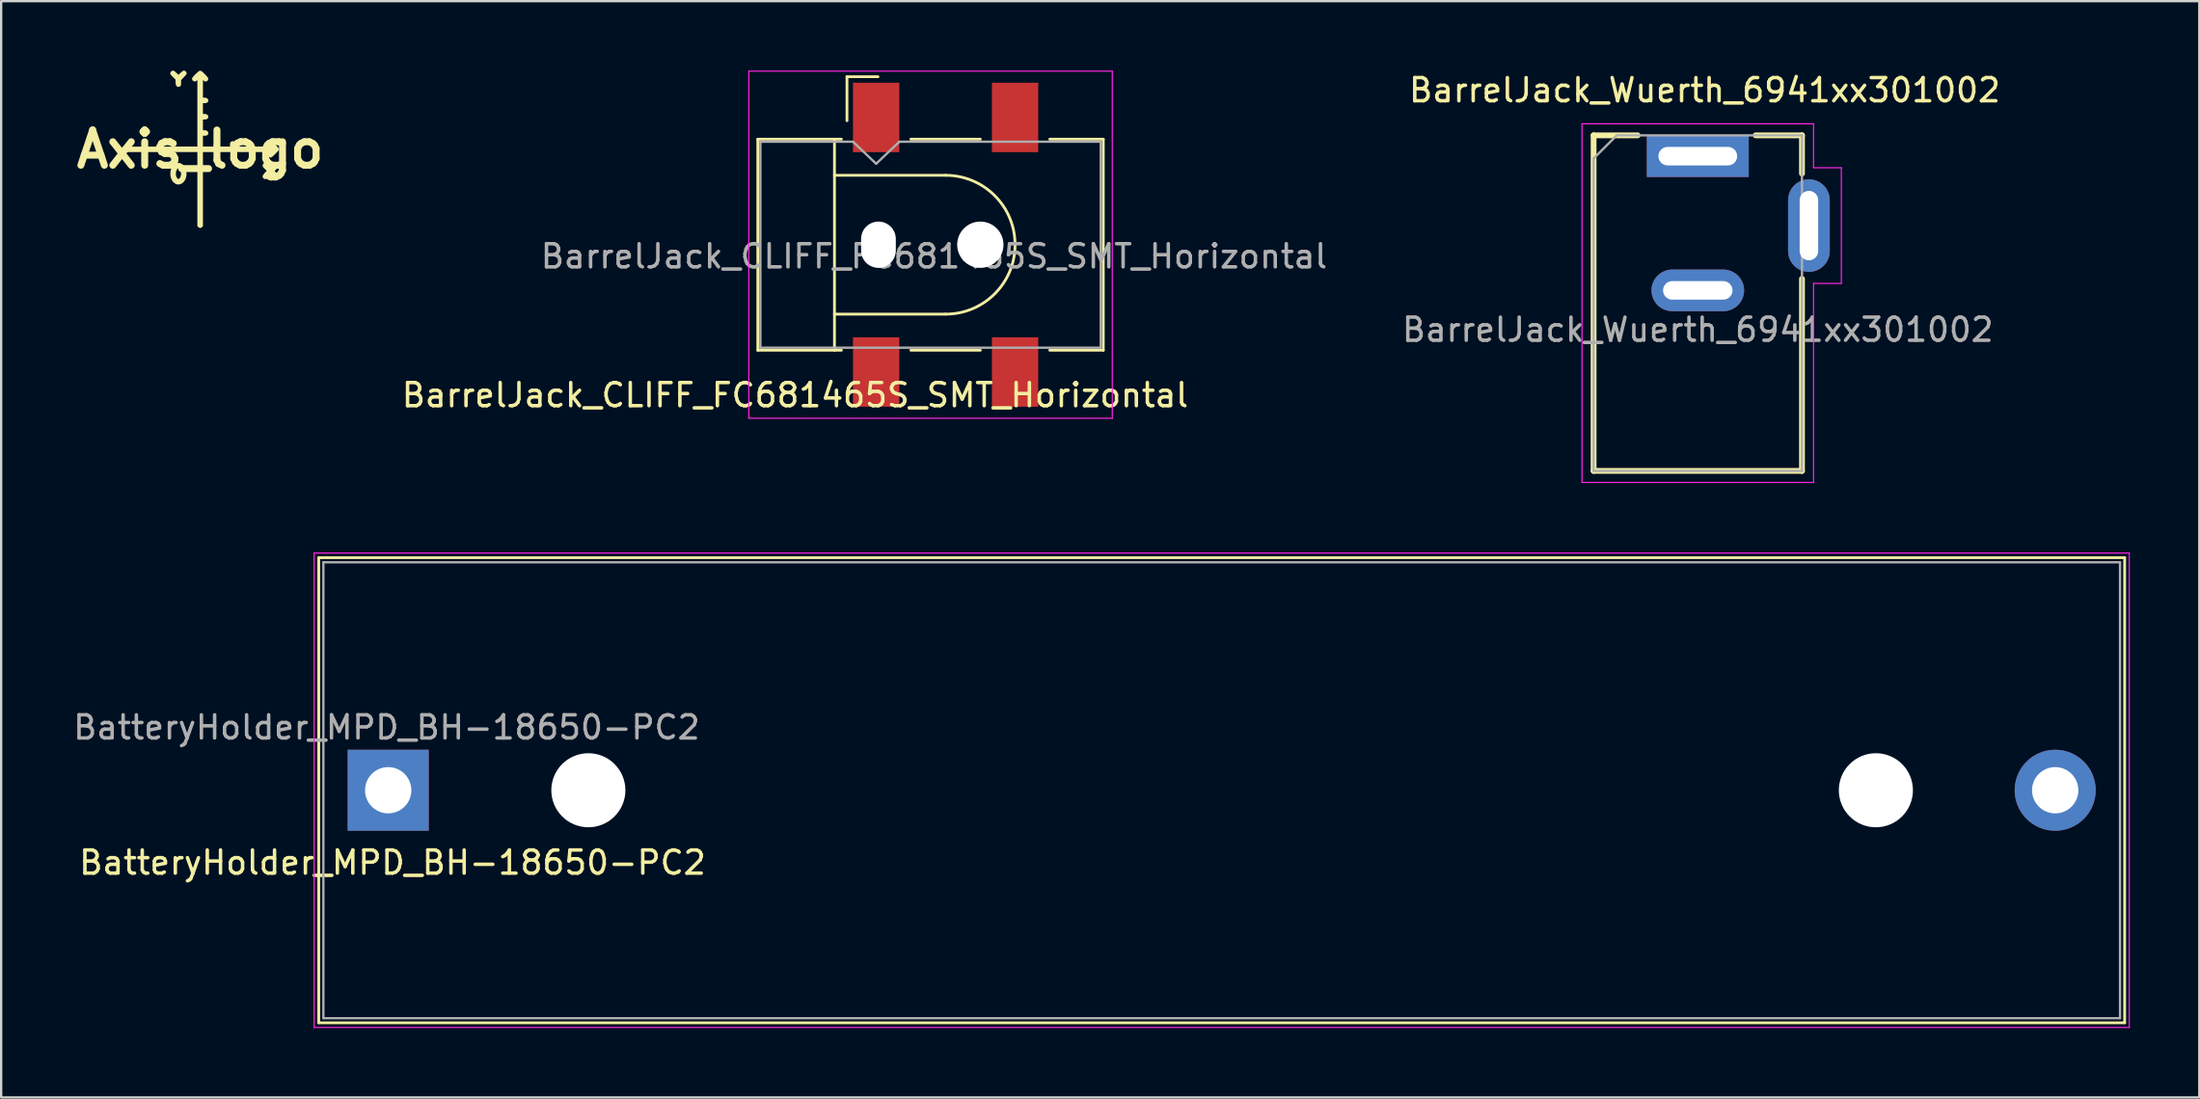
<source format=kicad_pcb>
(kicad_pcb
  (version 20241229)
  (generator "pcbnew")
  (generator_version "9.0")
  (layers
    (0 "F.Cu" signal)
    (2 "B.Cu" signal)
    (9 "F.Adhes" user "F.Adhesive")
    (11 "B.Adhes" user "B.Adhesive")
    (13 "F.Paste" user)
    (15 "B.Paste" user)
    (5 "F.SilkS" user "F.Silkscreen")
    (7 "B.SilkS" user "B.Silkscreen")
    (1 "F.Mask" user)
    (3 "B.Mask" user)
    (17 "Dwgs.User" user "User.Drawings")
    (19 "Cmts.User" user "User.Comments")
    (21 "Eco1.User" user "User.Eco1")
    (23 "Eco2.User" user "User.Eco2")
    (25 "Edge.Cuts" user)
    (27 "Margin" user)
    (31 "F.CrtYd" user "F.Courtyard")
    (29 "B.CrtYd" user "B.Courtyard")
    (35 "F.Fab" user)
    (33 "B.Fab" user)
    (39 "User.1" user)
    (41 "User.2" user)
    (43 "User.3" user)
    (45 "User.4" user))
  (footprint "BatteryHolder_MPD_BH-18650-PC2"
    (layer "F.Cu")
    (at 13.717 31.098)
    (property "Reference" "BatteryHolder_MPD_BH-18650-PC2" (at 0.186 3.126 0) (layer "F.SilkS") (effects (font (size 1 1) (thickness 0.15))))
    (attr through_hole)
    (fp_line (start -3 -10.05) (end 75 -10.05) (stroke (width 0.12) (type solid)) (layer "F.SilkS"))
    (fp_line (start -3 10.05) (end -3 -10.05) (stroke (width 0.12) (type solid)) (layer "F.SilkS"))
    (fp_line (start 75 -10.05) (end 75 10.05) (stroke (width 0.12) (type solid)) (layer "F.SilkS"))
    (fp_line (start 75 10.05) (end -3 10.05) (stroke (width 0.12) (type solid)) (layer "F.SilkS"))
    (fp_line (start -3.2 -10.25) (end 75.2 -10.25) (stroke (width 0.05) (type solid)) (layer "F.CrtYd"))
    (fp_line (start -3.2 10.25) (end -3.2 -10.25) (stroke (width 0.05) (type solid)) (layer "F.CrtYd"))
    (fp_line (start 75.2 -10.25) (end 75.2 10.25) (stroke (width 0.05) (type solid)) (layer "F.CrtYd"))
    (fp_line (start 75.2 10.25) (end -3.2 10.25) (stroke (width 0.05) (type solid)) (layer "F.CrtYd"))
    (fp_line (start -2.8 -9.85) (end 74.8 -9.85) (stroke (width 0.1) (type solid)) (layer "F.Fab"))
    (fp_line (start -2.8 9.85) (end -2.8 -9.85) (stroke (width 0.1) (type solid)) (layer "F.Fab"))
    (fp_line (start 74.8 -9.85) (end 74.8 9.85) (stroke (width 0.1) (type solid)) (layer "F.Fab"))
    (fp_line (start 74.8 9.85) (end -2.8 9.85) (stroke (width 0.1) (type solid)) (layer "F.Fab"))
    (fp_text user "${REFERENCE}" (at -0.068 -2.716 0) (layer "F.Fab") (effects (font (size 1 1) (thickness 0.15))))
    (pad "" np_thru_hole circle (at 8.645 0 180) (size 3.2 3.2) (drill 3.2) (layers "*.Cu" "*.Mask"))
    (pad "" np_thru_hole circle (at 64.255 0 180) (size 3.2 3.2) (drill 3.2) (layers "*.Cu" "*.Mask"))
    (pad "1" thru_hole rect (at 0 0 180) (size 3.5 3.5) (drill 2) (layers "*.Cu" "*.Mask"))
    (pad "2" thru_hole circle (at 72 0 180) (size 3.5 3.5) (drill 2) (layers "*.Cu" "*.Mask")))
  (footprint "BarrelJack_CLIFF_FC681465S_SMT_Horizontal"
    (layer "F.Cu")
    (at 37.792 7.525)
    (property "Reference" "BarrelJack_CLIFF_FC681465S_SMT_Horizontal" (at -6.5 6.5 180) (layer "F.SilkS") (effects (font (size 1 1) (thickness 0.15))))
    (attr smd)
    (fp_line (start -8.11 -4.56) (end -4.5 -4.56) (stroke (width 0.12) (type solid)) (layer "F.SilkS"))
    (fp_line (start -8.11 4.56) (end -8.11 -4.56) (stroke (width 0.12) (type solid)) (layer "F.SilkS"))
    (fp_line (start -8.11 4.56) (end -4.5 4.56) (stroke (width 0.12) (type solid)) (layer "F.SilkS"))
    (fp_line (start -4.8 -3) (end 0 -3) (stroke (width 0.12) (type solid)) (layer "F.SilkS"))
    (fp_line (start -4.8 3) (end 0 3) (stroke (width 0.12) (type solid)) (layer "F.SilkS"))
    (fp_line (start -4.8 4.56) (end -4.8 -4.56) (stroke (width 0.12) (type solid)) (layer "F.SilkS"))
    (fp_line (start -4.26 -7.26) (end -4.26 -5.36) (stroke (width 0.12) (type solid)) (layer "F.SilkS"))
    (fp_line (start -2.92 -7.26) (end -4.26 -7.26) (stroke (width 0.12) (type solid)) (layer "F.SilkS"))
    (fp_line (start -1.5 -4.56) (end 1.5 -4.56) (stroke (width 0.12) (type solid)) (layer "F.SilkS"))
    (fp_line (start -1.5 4.56) (end 1.5 4.56) (stroke (width 0.12) (type solid)) (layer "F.SilkS"))
    (fp_line (start 4.5 -4.56) (end 6.81 -4.56) (stroke (width 0.12) (type solid)) (layer "F.SilkS"))
    (fp_line (start 4.5 4.56) (end 6.81 4.56) (stroke (width 0.12) (type solid)) (layer "F.SilkS"))
    (fp_line (start 6.81 4.56) (end 6.81 -4.56) (stroke (width 0.12) (type solid)) (layer "F.SilkS"))
    (fp_arc (start 0 -3) (mid 3 0) (end 0 3) (stroke (width 0.12) (type solid)) (layer "F.SilkS"))
    (fp_line (start -8.5 -7.5) (end 7.2 -7.5) (stroke (width 0.05) (type solid)) (layer "F.CrtYd"))
    (fp_line (start -8.5 7.5) (end -8.5 -7.5) (stroke (width 0.05) (type solid)) (layer "F.CrtYd"))
    (fp_line (start -8.5 7.5) (end 7.2 7.5) (stroke (width 0.05) (type solid)) (layer "F.CrtYd"))
    (fp_line (start 7.2 7.5) (end 7.2 -7.5) (stroke (width 0.05) (type solid)) (layer "F.CrtYd"))
    (fp_line (start -8 -4.45) (end -4 -4.45) (stroke (width 0.1) (type solid)) (layer "F.Fab"))
    (fp_line (start -8 4.45) (end -8 -4.45) (stroke (width 0.1) (type solid)) (layer "F.Fab"))
    (fp_line (start -8 4.45) (end 6.7 4.45) (stroke (width 0.1) (type solid)) (layer "F.Fab"))
    (fp_line (start -4 -4.45) (end -3 -3.5) (stroke (width 0.1) (type solid)) (layer "F.Fab"))
    (fp_line (start -3 -3.5) (end -2 -4.45) (stroke (width 0.1) (type solid)) (layer "F.Fab"))
    (fp_line (start -2 -4.45) (end 6.7 -4.45) (stroke (width 0.1) (type solid)) (layer "F.Fab"))
    (fp_line (start 6.7 4.45) (end 6.7 -4.45) (stroke (width 0.1) (type solid)) (layer "F.Fab"))
    (fp_text user "${REFERENCE}" (at -0.5 0.5 180) (layer "F.Fab") (effects (font (size 1 1) (thickness 0.15))))
    (pad "" np_thru_hole oval (at -2.9 0 90) (size 2 1.5) (drill oval 2 1.5) (layers "*.Cu" "*.Mask"))
    (pad "" np_thru_hole circle (at 1.5 0 90) (size 2 2) (drill 2) (layers "*.Cu" "*.Mask"))
    (pad "1" smd rect (at -3 -5.5 90) (size 3 2) (layers "F.Cu" "F.Mask" "F.Paste"))
    (pad "1" smd rect (at 3 -5.5 90) (size 3 2) (layers "F.Cu" "F.Mask" "F.Paste"))
    (pad "2" smd rect (at -3 5.5 90) (size 3 2) (layers "F.Cu" "F.Mask" "F.Paste"))
    (pad "2" smd rect (at 3 5.5 90) (size 3 2) (layers "F.Cu" "F.Mask" "F.Paste")))
  (footprint "BarrelJack_Wuerth_6941xx301002"
    (layer "F.Cu")
    (at 70.28 9.498)
    (property "Reference" "BarrelJack_Wuerth_6941xx301002" (at 0.3 -8.65 0) (layer "F.SilkS") (effects (font (size 1 1) (thickness 0.15))))
    (attr through_hole)
    (fp_line (start -4.5 -6.7) (end -4.5 7.8) (stroke (width 0.25) (type default)) (layer "F.SilkS"))
    (fp_line (start -4.5 7.8) (end 4.5 7.8) (stroke (width 0.25) (type default)) (layer "F.SilkS"))
    (fp_line (start -2.6 -6.7) (end -4.5 -6.7) (stroke (width 0.25) (type default)) (layer "F.SilkS"))
    (fp_line (start 2.5 -6.7) (end 4.5 -6.7) (stroke (width 0.25) (type default)) (layer "F.SilkS"))
    (fp_line (start 4.5 -6.7) (end 4.5 -5.05) (stroke (width 0.25) (type default)) (layer "F.SilkS"))
    (fp_line (start 4.5 7.8) (end 4.5 -0.5) (stroke (width 0.25) (type default)) (layer "F.SilkS"))
    (fp_line (start -5 -7.2) (end -5 8.3) (stroke (width 0.05) (type solid)) (layer "F.CrtYd"))
    (fp_line (start -5 8.3) (end 5 8.3) (stroke (width 0.05) (type solid)) (layer "F.CrtYd"))
    (fp_line (start 5 -7.2) (end -5 -7.2) (stroke (width 0.05) (type solid)) (layer "F.CrtYd"))
    (fp_line (start 5 -5.3) (end 5 -7.2) (stroke (width 0.05) (type solid)) (layer "F.CrtYd"))
    (fp_line (start 5 8.3) (end 5 -0.3) (stroke (width 0.05) (type solid)) (layer "F.CrtYd"))
    (fp_line (start 6.2 -5.3) (end 5 -5.3) (stroke (width 0.05) (type solid)) (layer "F.CrtYd"))
    (fp_line (start 6.2 -5.3) (end 6.2 -0.3) (stroke (width 0.05) (type solid)) (layer "F.CrtYd"))
    (fp_line (start 6.2 -0.3) (end 5 -0.3) (stroke (width 0.05) (type solid)) (layer "F.CrtYd"))
    (fp_line (start -4.5 -5.7) (end -3.5 -6.7) (stroke (width 0.1) (type solid)) (layer "F.Fab"))
    (fp_line (start -4.5 7.8) (end -4.5 -5.7) (stroke (width 0.1) (type solid)) (layer "F.Fab"))
    (fp_line (start 4.5 -6.7) (end -3.5 -6.7) (stroke (width 0.1) (type solid)) (layer "F.Fab"))
    (fp_line (start 4.5 -6.7) (end 4.5 7.8) (stroke (width 0.1) (type solid)) (layer "F.Fab"))
    (fp_line (start 4.5 7.8) (end -4.5 7.8) (stroke (width 0.1) (type solid)) (layer "F.Fab"))
    (fp_text user "${REFERENCE}" (at 0 1.7 0) (layer "F.Fab") (effects (font (size 1 1) (thickness 0.15))))
    (pad "1" thru_hole rect (at 0 -5.8) (size 4.4 1.8) (drill oval 3.4 0.8) (layers "*.Cu" "*.Mask"))
    (pad "2" thru_hole oval (at 0 0) (size 4 1.8) (drill oval 3 0.8) (layers "*.Cu" "*.Mask"))
    (pad "2" thru_hole oval (at 4.8 -2.8 90) (size 4 1.8) (drill oval 3 0.8) (layers "*.Cu" "*.Mask")))
  (footprint "Axis_logo"
    (layer "F.Cu")
    (at 5.595 3.401)
    (property "Reference" "Axis_logo" (at 0 0 0) (layer "F.SilkS") (effects (font (size 1.524 1.524) (thickness 0.3))))
    (attr board_only exclude_from_pos_files exclude_from_bom)
    (fp_poly (pts (xy -1.141 -3.393) (xy -1.098 -3.367) (xy -1.045 -3.32) (xy -1.033 -3.309) (xy -0.937 -3.218) (xy -0.84 -3.309) (xy -0.784 -3.359) (xy -0.74 -3.389) (xy -0.703 -3.401) (xy -0.669 -3.395) (xy -0.633 -3.373) (xy -0.625 -3.366) (xy -0.596 -3.334) (xy -0.585 -3.298) (xy -0.585 -3.286) (xy -0.587 -3.264) (xy -0.595 -3.242) (xy -0.613 -3.215) (xy -0.643 -3.18) (xy -0.688 -3.132) (xy -0.704 -3.115) (xy -0.824 -2.991) (xy -0.824 -2.877) (xy -0.824 -2.82) (xy -0.827 -2.782) (xy -0.835 -2.758) (xy -0.847 -2.739) (xy -0.856 -2.729) (xy -0.9 -2.703) (xy -0.951 -2.697) (xy -1 -2.713) (xy -1.006 -2.717) (xy -1.035 -2.753) (xy -1.054 -2.813) (xy -1.062 -2.895) (xy -1.063 -2.923) (xy -1.063 -3.01) (xy -1.176 -3.122) (xy -1.224 -3.171) (xy -1.257 -3.206) (xy -1.276 -3.233) (xy -1.286 -3.255) (xy -1.289 -3.277) (xy -1.289 -3.283) (xy -1.283 -3.323) (xy -1.261 -3.354) (xy -1.248 -3.366) (xy -1.211 -3.392) (xy -1.177 -3.401)) (stroke (width 0) (type solid)) (fill yes) (layer "F.SilkS"))
    (fp_poly (pts (xy -0.869 0.597) (xy -0.795 0.628) (xy -0.722 0.685) (xy -0.665 0.76) (xy -0.623 0.849) (xy -0.597 0.946) (xy -0.588 1.049) (xy -0.595 1.152) (xy -0.619 1.251) (xy -0.661 1.342) (xy -0.721 1.421) (xy -0.726 1.426) (xy -0.796 1.48) (xy -0.874 1.512) (xy -0.955 1.522) (xy -1.007 1.515) (xy -1.07 1.489) (xy -1.133 1.443) (xy -1.188 1.384) (xy -1.203 1.362) (xy -1.251 1.268) (xy -1.279 1.163) (xy -1.288 1.054) (xy -1.287 1.036) (xy -1.048 1.036) (xy -1.047 1.11) (xy -1.034 1.17) (xy -1.018 1.206) (xy -0.993 1.242) (xy -0.967 1.272) (xy -0.944 1.288) (xy -0.94 1.289) (xy -0.924 1.28) (xy -0.898 1.259) (xy -0.89 1.251) (xy -0.852 1.196) (xy -0.83 1.126) (xy -0.824 1.049) (xy -0.834 0.972) (xy -0.859 0.903) (xy -0.885 0.864) (xy -0.921 0.832) (xy -0.954 0.826) (xy -0.986 0.846) (xy -0.989 0.849) (xy -1.018 0.898) (xy -1.039 0.963) (xy -1.048 1.036) (xy -1.287 1.036) (xy -1.279 0.944) (xy -1.251 0.841) (xy -1.206 0.749) (xy -1.174 0.706) (xy -1.107 0.645) (xy -1.031 0.606) (xy -0.95 0.59)) (stroke (width 0) (type solid)) (fill yes) (layer "F.SilkS"))
    (fp_poly (pts (xy 3.318 0.59) (xy 3.353 0.615) (xy 3.362 0.623) (xy 3.391 0.659) (xy 3.402 0.693) (xy 3.395 0.73) (xy 3.369 0.774) (xy 3.322 0.828) (xy 3.309 0.842) (xy 3.217 0.937) (xy 3.309 1.033) (xy 3.359 1.089) (xy 3.389 1.133) (xy 3.401 1.17) (xy 3.395 1.204) (xy 3.373 1.24) (xy 3.366 1.248) (xy 3.335 1.277) (xy 3.3 1.288) (xy 3.283 1.289) (xy 3.257 1.286) (xy 3.233 1.277) (xy 3.205 1.256) (xy 3.168 1.221) (xy 3.148 1.202) (xy 3.109 1.164) (xy 3.077 1.135) (xy 3.055 1.118) (xy 3.05 1.116) (xy 3.036 1.125) (xy 3.007 1.148) (xy 2.97 1.182) (xy 2.948 1.202) (xy 2.903 1.244) (xy 2.87 1.271) (xy 2.844 1.284) (xy 2.819 1.288) (xy 2.813 1.289) (xy 2.764 1.278) (xy 2.732 1.254) (xy 2.703 1.21) (xy 2.697 1.173) (xy 2.7 1.147) (xy 2.711 1.122) (xy 2.734 1.091) (xy 2.772 1.049) (xy 2.783 1.037) (xy 2.821 0.997) (xy 2.85 0.963) (xy 2.867 0.941) (xy 2.869 0.935) (xy 2.861 0.921) (xy 2.837 0.893) (xy 2.802 0.856) (xy 2.783 0.837) (xy 2.741 0.794) (xy 2.715 0.763) (xy 2.702 0.737) (xy 2.697 0.713) (xy 2.697 0.704) (xy 2.708 0.652) (xy 2.738 0.613) (xy 2.782 0.591) (xy 2.832 0.59) (xy 2.854 0.597) (xy 2.881 0.614) (xy 2.919 0.644) (xy 2.96 0.682) (xy 2.969 0.691) (xy 3.047 0.77) (xy 3.143 0.677) (xy 3.2 0.625) (xy 3.246 0.594) (xy 3.284 0.583)) (stroke (width 0) (type solid)) (fill yes) (layer "F.SilkS"))
    (fp_poly (pts (xy 0.019 -3.394) (xy 0.048 -3.383) (xy 0.076 -3.363) (xy 0.116 -3.329) (xy 0.163 -3.285) (xy 0.212 -3.235) (xy 0.259 -3.185) (xy 0.3 -3.139) (xy 0.33 -3.101) (xy 0.345 -3.078) (xy 0.35 -3.03) (xy 0.333 -2.985) (xy 0.299 -2.949) (xy 0.273 -2.936) (xy 0.225 -2.928) (xy 0.183 -2.942) (xy 0.149 -2.967) (xy 0.12 -2.994) (xy 0.12 -2.232) (xy 0.18 -2.232) (xy 0.254 -2.224) (xy 0.307 -2.2) (xy 0.34 -2.16) (xy 0.344 -2.149) (xy 0.353 -2.092) (xy 0.337 -2.047) (xy 0.301 -2.014) (xy 0.243 -1.996) (xy 0.196 -1.993) (xy 0.12 -1.993) (xy 0.12 -1.528) (xy 0.18 -1.528) (xy 0.254 -1.52) (xy 0.307 -1.496) (xy 0.34 -1.456) (xy 0.344 -1.445) (xy 0.353 -1.388) (xy 0.337 -1.343) (xy 0.301 -1.31) (xy 0.243 -1.292) (xy 0.196 -1.289) (xy 0.12 -1.289) (xy 0.12 -0.824) (xy 0.187 -0.824) (xy 0.258 -0.815) (xy 0.31 -0.791) (xy 0.341 -0.749) (xy 0.345 -0.739) (xy 0.353 -0.683) (xy 0.337 -0.638) (xy 0.3 -0.606) (xy 0.243 -0.588) (xy 0.196 -0.585) (xy 0.12 -0.585) (xy 0.12 -0.12) (xy 0.585 -0.12) (xy 0.585 -0.187) (xy 0.593 -0.258) (xy 0.617 -0.31) (xy 0.657 -0.341) (xy 0.664 -0.343) (xy 0.718 -0.351) (xy 0.763 -0.335) (xy 0.798 -0.298) (xy 0.818 -0.242) (xy 0.824 -0.187) (xy 0.824 -0.12) (xy 1.289 -0.12) (xy 1.289 -0.193) (xy 1.292 -0.255) (xy 1.306 -0.296) (xy 1.333 -0.324) (xy 1.363 -0.34) (xy 1.398 -0.352) (xy 1.426 -0.35) (xy 1.454 -0.338) (xy 1.494 -0.308) (xy 1.518 -0.261) (xy 1.527 -0.194) (xy 1.528 -0.177) (xy 1.528 -0.12) (xy 1.993 -0.12) (xy 1.993 -0.193) (xy 1.997 -0.255) (xy 2.01 -0.296) (xy 2.037 -0.324) (xy 2.066 -0.34) (xy 2.12 -0.351) (xy 2.165 -0.338) (xy 2.2 -0.303) (xy 2.222 -0.247) (xy 2.229 -0.199) (xy 2.235 -0.12) (xy 2.994 -0.12) (xy 2.963 -0.152) (xy 2.936 -0.196) (xy 2.931 -0.242) (xy 2.944 -0.286) (xy 2.972 -0.321) (xy 3.011 -0.343) (xy 3.058 -0.347) (xy 3.091 -0.338) (xy 3.114 -0.323) (xy 3.15 -0.293) (xy 3.196 -0.251) (xy 3.247 -0.201) (xy 3.265 -0.183) (xy 3.325 -0.121) (xy 3.367 -0.073) (xy 3.393 -0.034) (xy 3.401 0.001) (xy 3.391 0.037) (xy 3.363 0.078) (xy 3.317 0.128) (xy 3.253 0.193) (xy 3.251 0.195) (xy 3.184 0.261) (xy 3.132 0.308) (xy 3.091 0.339) (xy 3.058 0.354) (xy 3.029 0.355) (xy 3.003 0.344) (xy 2.978 0.323) (xy 2.941 0.28) (xy 2.928 0.238) (xy 2.941 0.193) (xy 2.955 0.169) (xy 2.988 0.12) (xy 0.12 0.12) (xy 0.12 3.323) (xy 0.081 3.362) (xy 0.036 3.393) (xy 0 3.401) (xy -0.046 3.389) (xy -0.081 3.362) (xy -0.12 3.323) (xy -0.12 0.12) (xy -3.323 0.12) (xy -3.362 0.081) (xy -3.394 0.034) (xy -3.399 -0.015) (xy -3.378 -0.063) (xy -3.369 -0.076) (xy -3.337 -0.113) (xy -1.728 -0.116) (xy -0.12 -0.12) (xy -0.12 -2.994) (xy -0.153 -2.962) (xy -0.197 -2.936) (xy -0.243 -2.931) (xy -0.286 -2.944) (xy -0.322 -2.971) (xy -0.344 -3.009) (xy -0.349 -3.055) (xy -0.34 -3.086) (xy -0.323 -3.113) (xy -0.29 -3.152) (xy -0.247 -3.199) (xy -0.198 -3.249) (xy -0.148 -3.297) (xy -0.1 -3.34) (xy -0.059 -3.373) (xy -0.03 -3.392) (xy -0.024 -3.394)) (stroke (width 0) (type solid)) (fill yes) (layer "F.SilkS")))
  (gr_rect
    (start -3 -3)
    (end 91.942 44.373)
    (stroke (width 0.1) (type default))
    (fill no)
    (layer "Edge.Cuts")))
</source>
